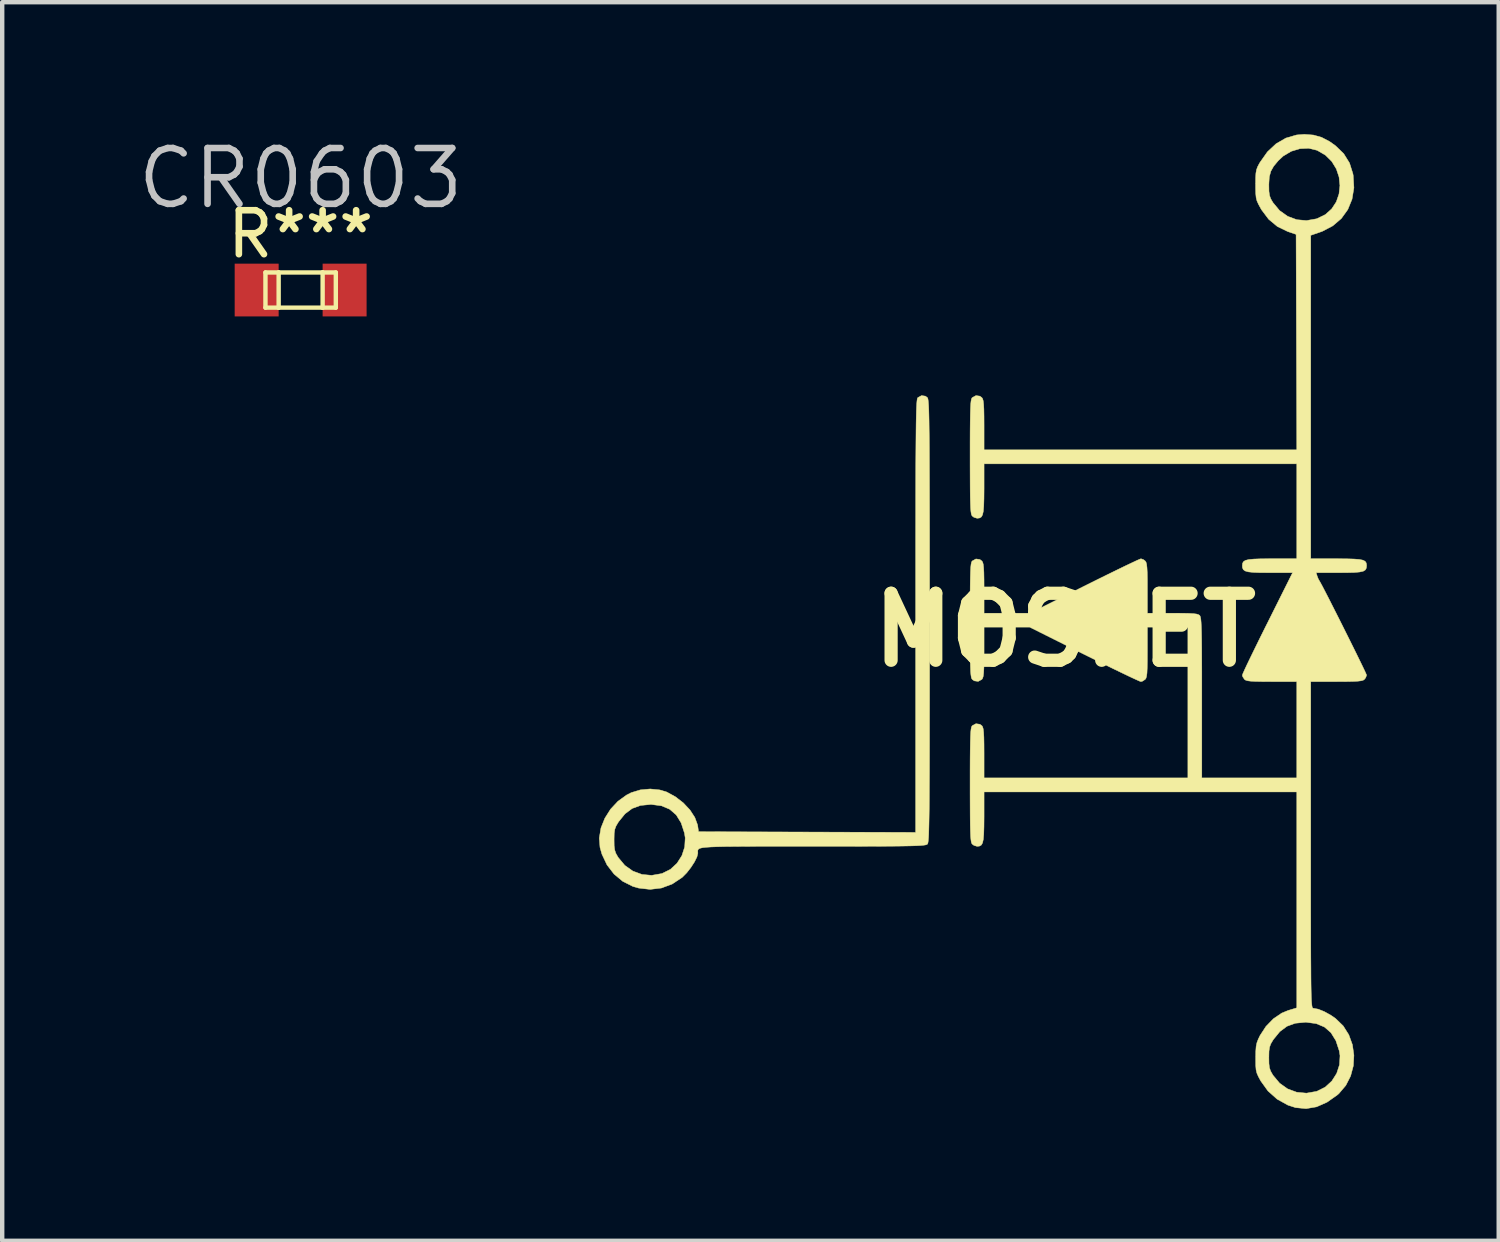
<source format=kicad_pcb>
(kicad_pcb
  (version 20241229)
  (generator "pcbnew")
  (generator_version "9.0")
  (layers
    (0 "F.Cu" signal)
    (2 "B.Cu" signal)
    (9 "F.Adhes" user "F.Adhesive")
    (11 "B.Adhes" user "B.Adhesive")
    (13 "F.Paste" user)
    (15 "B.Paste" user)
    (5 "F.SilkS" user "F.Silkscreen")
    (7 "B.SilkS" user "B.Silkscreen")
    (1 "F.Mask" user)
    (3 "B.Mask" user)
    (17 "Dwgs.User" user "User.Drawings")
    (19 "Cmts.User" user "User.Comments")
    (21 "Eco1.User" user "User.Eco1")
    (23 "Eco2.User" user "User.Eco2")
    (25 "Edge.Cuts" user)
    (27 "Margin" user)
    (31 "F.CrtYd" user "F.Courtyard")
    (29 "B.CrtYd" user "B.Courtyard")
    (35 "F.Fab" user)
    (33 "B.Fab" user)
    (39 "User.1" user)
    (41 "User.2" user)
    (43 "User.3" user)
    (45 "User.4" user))
  (footprint "CR0603"
    (layer "F.Cu")
    (at 3.787 3.546)
    (property "Reference" "CR0603" (at 0 -2.54 0) (layer "Dwgs.User") (effects (font (size 1.27 1.27) (thickness 0.15))))
    (attr through_hole)
    (fp_line (start -0.8 -0.4) (end -0.8 0.4) (stroke (width 0.1) (type solid)) (layer "F.SilkS"))
    (fp_line (start -0.8 0.4) (end -0.5 0.4) (stroke (width 0.1) (type solid)) (layer "F.SilkS"))
    (fp_line (start -0.5 -0.4) (end -0.8 -0.4) (stroke (width 0.1) (type solid)) (layer "F.SilkS"))
    (fp_line (start -0.5 -0.4) (end -0.5 0.4) (stroke (width 0.1) (type solid)) (layer "F.SilkS"))
    (fp_line (start -0.5 0.4) (end 0.5 0.4) (stroke (width 0.1) (type solid)) (layer "F.SilkS"))
    (fp_line (start 0.5 -0.4) (end -0.5 -0.4) (stroke (width 0.1) (type solid)) (layer "F.SilkS"))
    (fp_line (start 0.5 -0.4) (end 0.5 0.4) (stroke (width 0.1) (type solid)) (layer "F.SilkS"))
    (fp_line (start 0.5 0.4) (end 0.8 0.4) (stroke (width 0.1) (type solid)) (layer "F.SilkS"))
    (fp_line (start 0.8 -0.4) (end 0.5 -0.4) (stroke (width 0.1) (type solid)) (layer "F.SilkS"))
    (fp_line (start 0.8 0.4) (end 0.8 -0.4) (stroke (width 0.1) (type solid)) (layer "F.SilkS"))
    (fp_text user "R***" (at 0 -1.27 0) (layer "F.SilkS") (effects (font (size 1 1) (thickness 0.15))))
    (pad "LEFT" smd rect (at -1 0) (size 1 1.2) (layers "F.Cu" "F.Mask" "F.Paste"))
    (pad "RIGHT" smd rect (at 1 0) (size 1 1.2) (layers "F.Cu" "F.Mask" "F.Paste")))
  (footprint "MOSFET"
    (layer "F.Cu")
    (at 21.17 11.276)
    (property "Reference" "MOSFET" (at 0 0 0) (layer "F.SilkS") (effects (font (size 1.524 1.524) (thickness 0.3))))
    (attr through_hole)
    (fp_poly (pts (xy -3.174 -5.317) (xy -3.13 -5.284) (xy -3.123 -5.273) (xy -3.117 -5.252) (xy -3.112 -5.218) (xy -3.107 -5.168) (xy -3.102 -5.099) (xy -3.098 -5.008) (xy -3.095 -4.893) (xy -3.092 -4.751) (xy -3.09 -4.578) (xy -3.087 -4.372) (xy -3.085 -4.13) (xy -3.084 -3.848) (xy -3.083 -3.525) (xy -3.082 -3.158) (xy -3.081 -2.742) (xy -3.08 -2.276) (xy -3.08 -1.757) (xy -3.08 -1.181) (xy -3.08 -0.546) (xy -3.08 -0.206) (xy -3.08 0.459) (xy -3.08 1.064) (xy -3.08 1.611) (xy -3.081 2.103) (xy -3.081 2.543) (xy -3.082 2.935) (xy -3.083 3.28) (xy -3.085 3.581) (xy -3.086 3.843) (xy -3.088 4.066) (xy -3.091 4.256) (xy -3.094 4.413) (xy -3.097 4.541) (xy -3.1 4.644) (xy -3.104 4.723) (xy -3.109 4.782) (xy -3.114 4.824) (xy -3.12 4.851) (xy -3.126 4.867) (xy -3.13 4.871) (xy -3.144 4.88) (xy -3.169 4.888) (xy -3.211 4.895) (xy -3.272 4.901) (xy -3.356 4.906) (xy -3.469 4.91) (xy -3.613 4.913) (xy -3.793 4.916) (xy -4.014 4.918) (xy -4.278 4.919) (xy -4.59 4.92) (xy -4.955 4.921) (xy -5.376 4.921) (xy -5.746 4.921) (xy -6.214 4.921) (xy -6.622 4.921) (xy -6.975 4.921) (xy -7.277 4.922) (xy -7.531 4.924) (xy -7.742 4.926) (xy -7.913 4.93) (xy -8.049 4.935) (xy -8.154 4.942) (xy -8.232 4.95) (xy -8.286 4.961) (xy -8.322 4.975) (xy -8.342 4.991) (xy -8.35 5.01) (xy -8.352 5.032) (xy -8.351 5.058) (xy -8.35 5.077) (xy -8.371 5.163) (xy -8.427 5.276) (xy -8.508 5.401) (xy -8.602 5.522) (xy -8.7 5.621) (xy -8.709 5.629) (xy -8.934 5.778) (xy -9.178 5.869) (xy -9.435 5.9) (xy -9.697 5.87) (xy -9.829 5.832) (xy -10.058 5.717) (xy -10.256 5.551) (xy -10.416 5.343) (xy -10.531 5.1) (xy -10.575 4.945) (xy -10.588 4.774) (xy -10.255 4.774) (xy -10.253 4.909) (xy -10.241 5.002) (xy -10.216 5.078) (xy -10.171 5.158) (xy -10.161 5.174) (xy -10.011 5.354) (xy -9.828 5.484) (xy -9.621 5.56) (xy -9.4 5.581) (xy -9.173 5.541) (xy -9.158 5.536) (xy -8.973 5.444) (xy -8.823 5.305) (xy -8.713 5.132) (xy -8.649 4.936) (xy -8.637 4.728) (xy -8.654 4.62) (xy -8.73 4.387) (xy -8.842 4.206) (xy -8.991 4.077) (xy -9.177 3.999) (xy -9.403 3.969) (xy -9.43 3.969) (xy -9.655 3.991) (xy -9.844 4.06) (xy -10.006 4.181) (xy -10.151 4.36) (xy -10.164 4.38) (xy -10.211 4.46) (xy -10.239 4.535) (xy -10.252 4.625) (xy -10.255 4.754) (xy -10.255 4.774) (xy -10.588 4.774) (xy -10.591 4.727) (xy -10.553 4.502) (xy -10.465 4.282) (xy -10.335 4.076) (xy -10.167 3.896) (xy -9.969 3.753) (xy -9.865 3.7) (xy -9.659 3.637) (xy -9.434 3.616) (xy -9.215 3.638) (xy -9.059 3.685) (xy -8.861 3.793) (xy -8.681 3.932) (xy -8.53 4.093) (xy -8.419 4.263) (xy -8.357 4.432) (xy -8.352 4.461) (xy -8.334 4.588) (xy -5.866 4.596) (xy -3.397 4.604) (xy -3.397 -0.315) (xy -3.397 -0.973) (xy -3.397 -1.57) (xy -3.397 -2.11) (xy -3.396 -2.595) (xy -3.396 -3.028) (xy -3.395 -3.412) (xy -3.394 -3.75) (xy -3.392 -4.045) (xy -3.39 -4.3) (xy -3.388 -4.518) (xy -3.386 -4.701) (xy -3.383 -4.853) (xy -3.38 -4.976) (xy -3.376 -5.074) (xy -3.372 -5.149) (xy -3.367 -5.205) (xy -3.362 -5.243) (xy -3.356 -5.268) (xy -3.349 -5.282) (xy -3.347 -5.284) (xy -3.263 -5.33) (xy -3.174 -5.317)) (stroke (width 0.01) (type solid)) (fill yes) (layer "F.SilkS"))
    (fp_poly (pts (xy 5.65 -11.255) (xy 5.834 -11.203) (xy 6.016 -11.108) (xy 6.151 -11.012) (xy 6.338 -10.831) (xy 6.47 -10.619) (xy 6.547 -10.375) (xy 6.554 -10.335) (xy 6.57 -10.055) (xy 6.527 -9.795) (xy 6.431 -9.561) (xy 6.284 -9.357) (xy 6.089 -9.19) (xy 5.85 -9.065) (xy 5.802 -9.048) (xy 5.588 -8.974) (xy 5.588 -1.619) (xy 6.173 -1.619) (xy 6.399 -1.618) (xy 6.57 -1.613) (xy 6.692 -1.604) (xy 6.775 -1.587) (xy 6.825 -1.561) (xy 6.85 -1.524) (xy 6.858 -1.475) (xy 6.858 -1.461) (xy 6.852 -1.406) (xy 6.829 -1.365) (xy 6.782 -1.336) (xy 6.701 -1.318) (xy 6.579 -1.307) (xy 6.408 -1.303) (xy 6.234 -1.302) (xy 5.711 -1.302) (xy 5.733 -1.23) (xy 5.76 -1.16) (xy 5.779 -1.127) (xy 5.804 -1.084) (xy 5.853 -0.994) (xy 5.921 -0.863) (xy 6.005 -0.7) (xy 6.1 -0.512) (xy 6.204 -0.307) (xy 6.311 -0.094) (xy 6.419 0.122) (xy 6.523 0.331) (xy 6.62 0.527) (xy 6.705 0.701) (xy 6.775 0.845) (xy 6.826 0.953) (xy 6.854 1.016) (xy 6.858 1.029) (xy 6.837 1.087) (xy 6.808 1.125) (xy 6.781 1.143) (xy 6.734 1.156) (xy 6.66 1.165) (xy 6.55 1.171) (xy 6.393 1.174) (xy 6.183 1.175) (xy 6.173 1.175) (xy 5.588 1.175) (xy 5.588 4.889) (xy 5.588 5.453) (xy 5.588 5.957) (xy 5.588 6.404) (xy 5.589 6.797) (xy 5.589 7.141) (xy 5.59 7.438) (xy 5.592 7.692) (xy 5.593 7.906) (xy 5.595 8.083) (xy 5.598 8.228) (xy 5.601 8.343) (xy 5.605 8.432) (xy 5.61 8.498) (xy 5.615 8.544) (xy 5.621 8.575) (xy 5.628 8.593) (xy 5.636 8.601) (xy 5.645 8.604) (xy 5.651 8.604) (xy 5.759 8.624) (xy 5.896 8.679) (xy 6.044 8.761) (xy 6.15 8.834) (xy 6.326 9.004) (xy 6.454 9.207) (xy 6.536 9.433) (xy 6.57 9.672) (xy 6.557 9.912) (xy 6.495 10.144) (xy 6.386 10.358) (xy 6.228 10.544) (xy 6.195 10.573) (xy 5.958 10.74) (xy 5.721 10.845) (xy 5.483 10.886) (xy 5.244 10.863) (xy 5.068 10.806) (xy 4.823 10.67) (xy 4.615 10.484) (xy 4.451 10.256) (xy 4.451 10.256) (xy 4.398 10.158) (xy 4.364 10.081) (xy 4.345 10.004) (xy 4.337 9.908) (xy 4.336 9.773) (xy 4.336 9.731) (xy 4.336 9.727) (xy 4.636 9.727) (xy 4.638 9.862) (xy 4.649 9.955) (xy 4.675 10.031) (xy 4.72 10.111) (xy 4.73 10.127) (xy 4.88 10.307) (xy 5.063 10.437) (xy 5.27 10.513) (xy 5.491 10.534) (xy 5.718 10.494) (xy 5.733 10.489) (xy 5.917 10.397) (xy 6.068 10.258) (xy 6.178 10.085) (xy 6.242 9.889) (xy 6.254 9.681) (xy 6.237 9.573) (xy 6.16 9.34) (xy 6.048 9.159) (xy 5.9 9.03) (xy 5.713 8.952) (xy 5.487 8.922) (xy 5.46 8.922) (xy 5.236 8.944) (xy 5.047 9.013) (xy 4.885 9.134) (xy 4.739 9.313) (xy 4.726 9.333) (xy 4.679 9.413) (xy 4.652 9.488) (xy 4.639 9.578) (xy 4.636 9.707) (xy 4.636 9.727) (xy 4.336 9.727) (xy 4.338 9.58) (xy 4.346 9.472) (xy 4.364 9.387) (xy 4.395 9.306) (xy 4.435 9.223) (xy 4.57 9.016) (xy 4.739 8.842) (xy 4.929 8.713) (xy 5.072 8.654) (xy 5.271 8.594) (xy 5.271 3.683) (xy -1.841 3.683) (xy -1.841 4.252) (xy -1.843 4.476) (xy -1.848 4.643) (xy -1.858 4.763) (xy -1.876 4.843) (xy -1.903 4.891) (xy -1.941 4.914) (xy -1.992 4.921) (xy -2 4.921) (xy -2.07 4.9) (xy -2.109 4.871) (xy -2.122 4.853) (xy -2.132 4.82) (xy -2.14 4.768) (xy -2.147 4.691) (xy -2.151 4.582) (xy -2.155 4.436) (xy -2.157 4.248) (xy -2.158 4.011) (xy -2.159 3.719) (xy -2.159 3.524) (xy -2.159 3.199) (xy -2.158 2.931) (xy -2.156 2.715) (xy -2.153 2.546) (xy -2.149 2.416) (xy -2.144 2.322) (xy -2.137 2.256) (xy -2.128 2.212) (xy -2.117 2.187) (xy -2.109 2.177) (xy -2.025 2.132) (xy -1.936 2.145) (xy -1.891 2.177) (xy -1.873 2.205) (xy -1.86 2.252) (xy -1.851 2.327) (xy -1.845 2.44) (xy -1.842 2.598) (xy -1.841 2.796) (xy -1.841 3.365) (xy 2.794 3.365) (xy 2.794 -0.064) (xy 1.873 -0.064) (xy 1.873 0.506) (xy 1.872 0.716) (xy 1.869 0.871) (xy 1.864 0.981) (xy 1.854 1.054) (xy 1.841 1.099) (xy 1.823 1.125) (xy 1.762 1.165) (xy 1.725 1.175) (xy 1.688 1.161) (xy 1.599 1.121) (xy 1.466 1.059) (xy 1.295 0.977) (xy 1.09 0.878) (xy 0.86 0.765) (xy 0.609 0.641) (xy 0.437 0.556) (xy -0.803 -0.064) (xy -1.322 -0.064) (xy -1.841 -0.064) (xy -1.841 0.506) (xy -1.842 0.716) (xy -1.845 0.871) (xy -1.851 0.981) (xy -1.86 1.054) (xy -1.874 1.099) (xy -1.891 1.125) (xy -1.975 1.17) (xy -2.064 1.157) (xy -2.109 1.125) (xy -2.122 1.106) (xy -2.132 1.074) (xy -2.14 1.022) (xy -2.147 0.944) (xy -2.151 0.835) (xy -2.155 0.69) (xy -2.157 0.501) (xy -2.158 0.264) (xy -2.159 -0.027) (xy -2.159 -0.222) (xy -2.159 -0.548) (xy -2.158 -0.815) (xy -2.156 -1.031) (xy -2.153 -1.201) (xy -2.149 -1.33) (xy -2.144 -1.425) (xy -2.137 -1.491) (xy -2.128 -1.534) (xy -2.117 -1.56) (xy -2.109 -1.569) (xy -2.025 -1.615) (xy -1.936 -1.602) (xy -1.891 -1.569) (xy -1.873 -1.542) (xy -1.86 -1.495) (xy -1.851 -1.419) (xy -1.845 -1.307) (xy -1.842 -1.148) (xy -1.841 -0.95) (xy -1.841 -0.381) (xy -1.317 -0.381) (xy -0.793 -0.381) (xy 0.444 -1) (xy 0.705 -1.13) (xy 0.95 -1.251) (xy 1.171 -1.359) (xy 1.364 -1.453) (xy 1.522 -1.528) (xy 1.639 -1.583) (xy 1.71 -1.613) (xy 1.728 -1.619) (xy 1.786 -1.598) (xy 1.823 -1.569) (xy 1.842 -1.542) (xy 1.855 -1.495) (xy 1.864 -1.419) (xy 1.87 -1.307) (xy 1.873 -1.148) (xy 1.873 -0.95) (xy 1.873 -0.381) (xy 2.442 -0.381) (xy 2.652 -0.38) (xy 2.808 -0.377) (xy 2.918 -0.371) (xy 2.991 -0.362) (xy 3.036 -0.348) (xy 3.062 -0.331) (xy 3.072 -0.315) (xy 3.081 -0.286) (xy 3.089 -0.24) (xy 3.095 -0.172) (xy 3.1 -0.076) (xy 3.104 0.051) (xy 3.107 0.215) (xy 3.109 0.421) (xy 3.11 0.673) (xy 3.111 0.977) (xy 3.111 1.336) (xy 3.111 1.542) (xy 3.111 3.365) (xy 5.271 3.365) (xy 5.271 1.175) (xy 4.701 1.175) (xy 4.491 1.174) (xy 4.336 1.171) (xy 4.226 1.165) (xy 4.153 1.156) (xy 4.108 1.142) (xy 4.082 1.125) (xy 4.042 1.065) (xy 4.032 1.029) (xy 4.046 0.991) (xy 4.085 0.903) (xy 4.147 0.771) (xy 4.229 0.601) (xy 4.327 0.4) (xy 4.438 0.174) (xy 4.56 -0.072) (xy 4.604 -0.159) (xy 5.175 -1.302) (xy 4.653 -1.302) (xy 4.439 -1.303) (xy 4.28 -1.309) (xy 4.168 -1.321) (xy 4.095 -1.342) (xy 4.054 -1.373) (xy 4.035 -1.417) (xy 4.032 -1.461) (xy 4.037 -1.514) (xy 4.058 -1.553) (xy 4.102 -1.582) (xy 4.177 -1.601) (xy 4.291 -1.612) (xy 4.452 -1.618) (xy 4.667 -1.619) (xy 4.701 -1.619) (xy 5.271 -1.619) (xy 5.271 -3.778) (xy -1.841 -3.778) (xy -1.841 -3.209) (xy -1.843 -2.986) (xy -1.848 -2.818) (xy -1.858 -2.698) (xy -1.876 -2.618) (xy -1.903 -2.57) (xy -1.941 -2.547) (xy -1.992 -2.54) (xy -2 -2.54) (xy -2.07 -2.561) (xy -2.109 -2.59) (xy -2.122 -2.609) (xy -2.132 -2.641) (xy -2.14 -2.693) (xy -2.147 -2.771) (xy -2.151 -2.879) (xy -2.155 -3.025) (xy -2.157 -3.214) (xy -2.158 -3.451) (xy -2.159 -3.742) (xy -2.159 -3.937) (xy -2.159 -4.262) (xy -2.158 -4.53) (xy -2.156 -4.746) (xy -2.153 -4.916) (xy -2.149 -5.045) (xy -2.144 -5.14) (xy -2.137 -5.206) (xy -2.128 -5.249) (xy -2.117 -5.275) (xy -2.109 -5.284) (xy -2.025 -5.33) (xy -1.936 -5.317) (xy -1.891 -5.284) (xy -1.873 -5.256) (xy -1.86 -5.209) (xy -1.851 -5.134) (xy -1.845 -5.022) (xy -1.842 -4.863) (xy -1.841 -4.665) (xy -1.841 -4.096) (xy 5.271 -4.096) (xy 5.263 -6.546) (xy 5.255 -8.996) (xy 5.062 -9.062) (xy 4.829 -9.175) (xy 4.631 -9.34) (xy 4.468 -9.557) (xy 4.452 -9.585) (xy 4.399 -9.682) (xy 4.365 -9.758) (xy 4.346 -9.833) (xy 4.337 -9.926) (xy 4.334 -10.054) (xy 4.334 -10.109) (xy 4.636 -10.109) (xy 4.638 -9.976) (xy 4.651 -9.882) (xy 4.678 -9.806) (xy 4.727 -9.722) (xy 4.73 -9.717) (xy 4.88 -9.537) (xy 5.063 -9.407) (xy 5.27 -9.33) (xy 5.491 -9.31) (xy 5.718 -9.35) (xy 5.733 -9.355) (xy 5.92 -9.446) (xy 6.065 -9.576) (xy 6.169 -9.735) (xy 6.231 -9.915) (xy 6.252 -10.106) (xy 6.232 -10.3) (xy 6.17 -10.485) (xy 6.067 -10.654) (xy 5.922 -10.798) (xy 5.736 -10.906) (xy 5.732 -10.908) (xy 5.542 -10.954) (xy 5.342 -10.945) (xy 5.144 -10.885) (xy 4.961 -10.776) (xy 4.85 -10.672) (xy 4.744 -10.545) (xy 4.68 -10.43) (xy 4.646 -10.305) (xy 4.636 -10.146) (xy 4.636 -10.109) (xy 4.334 -10.109) (xy 4.334 -10.128) (xy 4.335 -10.281) (xy 4.341 -10.387) (xy 4.355 -10.466) (xy 4.381 -10.536) (xy 4.422 -10.613) (xy 4.436 -10.636) (xy 4.603 -10.873) (xy 4.8 -11.057) (xy 5.023 -11.186) (xy 5.266 -11.257) (xy 5.443 -11.271) (xy 5.65 -11.255)) (stroke (width 0.01) (type solid)) (fill yes) (layer "F.SilkS")))
  (gr_rect
    (start -3 -3)
    (end 31.033 25.167)
    (stroke (width 0.1) (type default))
    (fill no)
    (layer "Edge.Cuts")))
</source>
